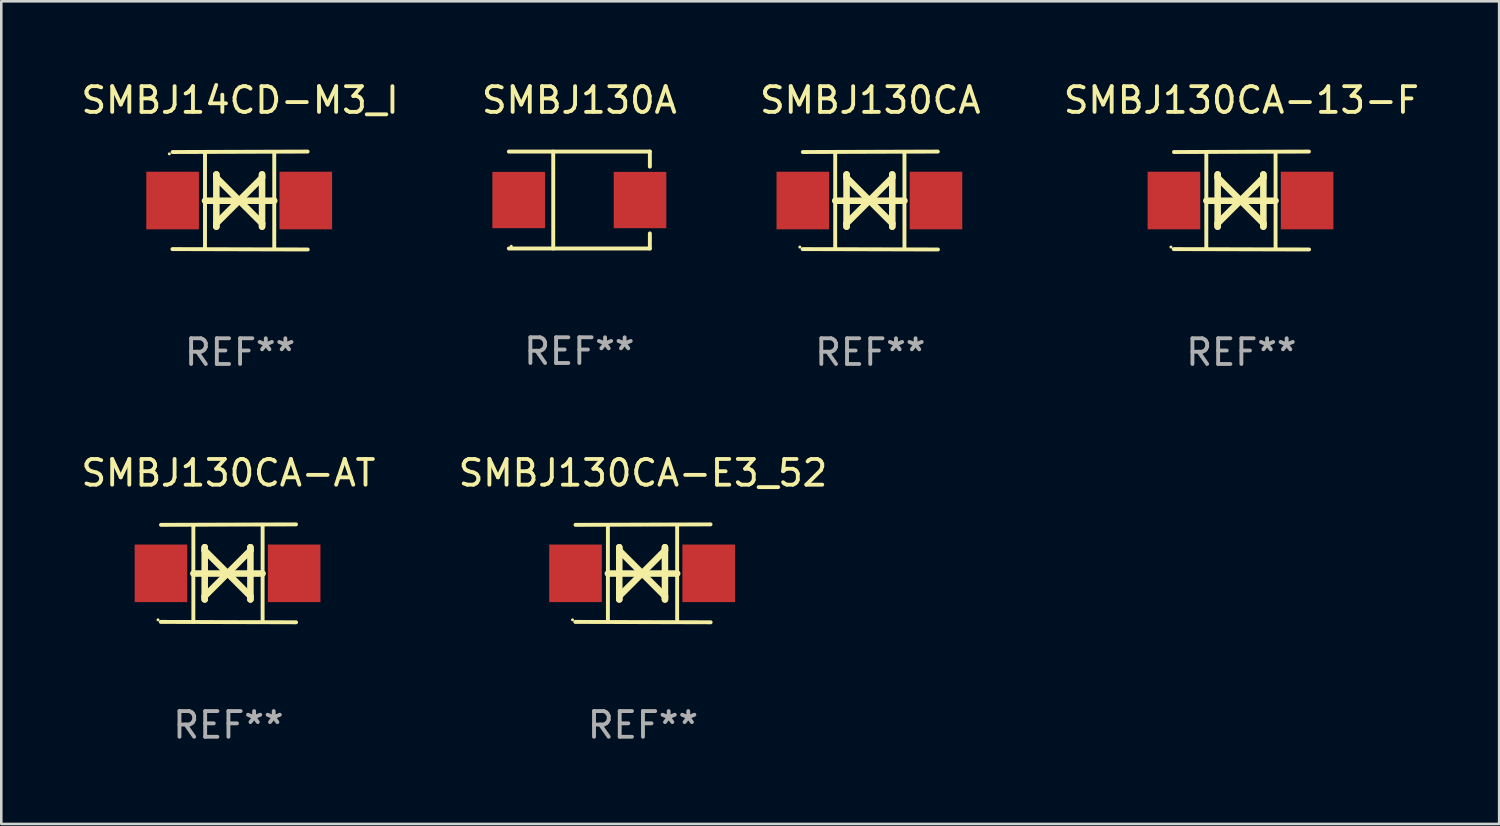
<source format=kicad_pcb>
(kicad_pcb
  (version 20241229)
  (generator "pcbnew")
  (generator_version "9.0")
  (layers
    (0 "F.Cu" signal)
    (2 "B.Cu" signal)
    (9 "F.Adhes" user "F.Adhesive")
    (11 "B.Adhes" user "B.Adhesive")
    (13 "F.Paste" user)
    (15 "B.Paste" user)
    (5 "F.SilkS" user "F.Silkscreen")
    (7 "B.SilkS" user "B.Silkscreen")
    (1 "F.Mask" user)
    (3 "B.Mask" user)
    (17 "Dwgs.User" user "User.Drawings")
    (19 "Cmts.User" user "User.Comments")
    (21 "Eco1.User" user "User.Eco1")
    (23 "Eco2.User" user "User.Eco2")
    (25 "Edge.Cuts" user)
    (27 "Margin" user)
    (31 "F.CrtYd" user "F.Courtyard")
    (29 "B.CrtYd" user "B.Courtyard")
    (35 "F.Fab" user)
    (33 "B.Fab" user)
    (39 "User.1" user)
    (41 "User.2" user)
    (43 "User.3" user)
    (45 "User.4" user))
  (footprint "SMBJ130CA"
    (layer "F.Cu")
    (at 30.815 4.753)
    (property "Reference" "SMBJ130CA" (at 0 -3.905 0) (layer "F.SilkS") (effects (font (size 1 1) (thickness 0.15))))
    (attr through_hole)
    (fp_line (start -1.365 1.886) (end -1.365 -1.886) (stroke (width 0.152) (type solid)) (layer "F.SilkS"))
    (fp_line (start -1.365 0.008) (end 1.33 0.008) (stroke (width 0.254) (type solid)) (layer "F.SilkS"))
    (fp_line (start -0.923 -1.016) (end -0.923 1.016) (stroke (width 0.254) (type solid)) (layer "F.SilkS"))
    (fp_line (start -0.923 -0.889) (end -0.923 -1.016) (stroke (width 0.254) (type solid)) (layer "F.SilkS"))
    (fp_line (start -0.923 0.889) (end -0.034 0) (stroke (width 0.254) (type solid)) (layer "F.SilkS"))
    (fp_line (start -0.923 1.016) (end -0.923 0.889) (stroke (width 0.254) (type solid)) (layer "F.SilkS"))
    (fp_line (start -0.034 0) (end -0.923 -0.889) (stroke (width 0.254) (type solid)) (layer "F.SilkS"))
    (fp_line (start -0.034 0) (end 0.855 0.889) (stroke (width 0.254) (type solid)) (layer "F.SilkS"))
    (fp_line (start 0.855 -1.016) (end 0.855 -0.889) (stroke (width 0.254) (type solid)) (layer "F.SilkS"))
    (fp_line (start 0.855 -0.889) (end -0.034 0) (stroke (width 0.254) (type solid)) (layer "F.SilkS"))
    (fp_line (start 0.855 0.889) (end 0.855 1.016) (stroke (width 0.254) (type solid)) (layer "F.SilkS"))
    (fp_line (start 0.855 1.016) (end 0.855 -1.016) (stroke (width 0.254) (type solid)) (layer "F.SilkS"))
    (fp_line (start 1.33 1.886) (end 1.33 -1.886) (stroke (width 0.152) (type solid)) (layer "F.SilkS"))
    (fp_line (start 2.629 -1.905) (end -2.625 -1.887) (stroke (width 0.152) (type solid)) (layer "F.SilkS"))
    (fp_line (start 2.633 1.905) (end -2.633 1.89) (stroke (width 0.152) (type solid)) (layer "F.SilkS"))
    (fp_circle (center -2.741 1.81) (end -2.711 1.81) (stroke (width 0.06) (type solid)) (fill no) (layer "F.SilkS"))
    (fp_text user "REF**" (at 0 5.905 0) (layer "F.Fab") (effects (font (size 1 1) (thickness 0.15))))
    (pad "1" smd rect (at -2.625 0) (size 2.047 2.241) (layers "F.Cu" "F.Mask" "F.Paste"))
    (pad "2" smd rect (at 2.557 0) (size 2.047 2.241) (layers "F.Cu" "F.Mask" "F.Paste")))
  (footprint "SMBJ130CA-E3_52"
    (layer "F.Cu")
    (at 21.97 19.26)
    (property "Reference" "SMBJ130CA-E3_52" (at 0 -3.905 0) (layer "F.SilkS") (effects (font (size 1 1) (thickness 0.15))))
    (attr through_hole)
    (fp_line (start -1.365 1.886) (end -1.365 -1.886) (stroke (width 0.152) (type solid)) (layer "F.SilkS"))
    (fp_line (start -1.365 0.008) (end 1.33 0.008) (stroke (width 0.254) (type solid)) (layer "F.SilkS"))
    (fp_line (start -0.923 -1.016) (end -0.923 1.016) (stroke (width 0.254) (type solid)) (layer "F.SilkS"))
    (fp_line (start -0.923 -0.889) (end -0.923 -1.016) (stroke (width 0.254) (type solid)) (layer "F.SilkS"))
    (fp_line (start -0.923 0.889) (end -0.034 0) (stroke (width 0.254) (type solid)) (layer "F.SilkS"))
    (fp_line (start -0.923 1.016) (end -0.923 0.889) (stroke (width 0.254) (type solid)) (layer "F.SilkS"))
    (fp_line (start -0.034 0) (end -0.923 -0.889) (stroke (width 0.254) (type solid)) (layer "F.SilkS"))
    (fp_line (start -0.034 0) (end 0.855 0.889) (stroke (width 0.254) (type solid)) (layer "F.SilkS"))
    (fp_line (start 0.855 -1.016) (end 0.855 -0.889) (stroke (width 0.254) (type solid)) (layer "F.SilkS"))
    (fp_line (start 0.855 -0.889) (end -0.034 0) (stroke (width 0.254) (type solid)) (layer "F.SilkS"))
    (fp_line (start 0.855 0.889) (end 0.855 1.016) (stroke (width 0.254) (type solid)) (layer "F.SilkS"))
    (fp_line (start 0.855 1.016) (end 0.855 -1.016) (stroke (width 0.254) (type solid)) (layer "F.SilkS"))
    (fp_line (start 1.33 1.886) (end 1.33 -1.886) (stroke (width 0.152) (type solid)) (layer "F.SilkS"))
    (fp_line (start 2.629 -1.905) (end -2.625 -1.887) (stroke (width 0.152) (type solid)) (layer "F.SilkS"))
    (fp_line (start 2.633 1.905) (end -2.633 1.89) (stroke (width 0.152) (type solid)) (layer "F.SilkS"))
    (fp_circle (center -2.741 1.81) (end -2.711 1.81) (stroke (width 0.06) (type solid)) (fill no) (layer "F.SilkS"))
    (fp_text user "REF**" (at 0 5.905 0) (layer "F.Fab") (effects (font (size 1 1) (thickness 0.15))))
    (pad "1" smd rect (at -2.625 0) (size 2.047 2.241) (layers "F.Cu" "F.Mask" "F.Paste"))
    (pad "2" smd rect (at 2.557 0) (size 2.047 2.241) (layers "F.Cu" "F.Mask" "F.Paste")))
  (footprint "SMBJ130CA-13-F"
    (layer "F.Cu")
    (at 45.256 4.753)
    (property "Reference" "SMBJ130CA-13-F" (at 0 -3.905 0) (layer "F.SilkS") (effects (font (size 1 1) (thickness 0.15))))
    (attr through_hole)
    (fp_line (start -1.365 1.886) (end -1.365 -1.886) (stroke (width 0.152) (type solid)) (layer "F.SilkS"))
    (fp_line (start -1.365 0.008) (end 1.33 0.008) (stroke (width 0.254) (type solid)) (layer "F.SilkS"))
    (fp_line (start -0.923 -1.016) (end -0.923 1.016) (stroke (width 0.254) (type solid)) (layer "F.SilkS"))
    (fp_line (start -0.923 -0.889) (end -0.923 -1.016) (stroke (width 0.254) (type solid)) (layer "F.SilkS"))
    (fp_line (start -0.923 0.889) (end -0.034 0) (stroke (width 0.254) (type solid)) (layer "F.SilkS"))
    (fp_line (start -0.923 1.016) (end -0.923 0.889) (stroke (width 0.254) (type solid)) (layer "F.SilkS"))
    (fp_line (start -0.034 0) (end -0.923 -0.889) (stroke (width 0.254) (type solid)) (layer "F.SilkS"))
    (fp_line (start -0.034 0) (end 0.855 0.889) (stroke (width 0.254) (type solid)) (layer "F.SilkS"))
    (fp_line (start 0.855 -1.016) (end 0.855 -0.889) (stroke (width 0.254) (type solid)) (layer "F.SilkS"))
    (fp_line (start 0.855 -0.889) (end -0.034 0) (stroke (width 0.254) (type solid)) (layer "F.SilkS"))
    (fp_line (start 0.855 0.889) (end 0.855 1.016) (stroke (width 0.254) (type solid)) (layer "F.SilkS"))
    (fp_line (start 0.855 1.016) (end 0.855 -1.016) (stroke (width 0.254) (type solid)) (layer "F.SilkS"))
    (fp_line (start 1.33 1.886) (end 1.33 -1.886) (stroke (width 0.152) (type solid)) (layer "F.SilkS"))
    (fp_line (start 2.629 -1.905) (end -2.625 -1.887) (stroke (width 0.152) (type solid)) (layer "F.SilkS"))
    (fp_line (start 2.633 1.905) (end -2.633 1.89) (stroke (width 0.152) (type solid)) (layer "F.SilkS"))
    (fp_circle (center -2.741 1.81) (end -2.711 1.81) (stroke (width 0.06) (type solid)) (fill no) (layer "F.SilkS"))
    (fp_text user "REF**" (at 0 5.905 0) (layer "F.Fab") (effects (font (size 1 1) (thickness 0.15))))
    (pad "1" smd rect (at -2.625 0) (size 2.047 2.241) (layers "F.Cu" "F.Mask" "F.Paste"))
    (pad "2" smd rect (at 2.557 0) (size 2.047 2.241) (layers "F.Cu" "F.Mask" "F.Paste")))
  (footprint "SMBJ130A"
    (layer "F.Cu")
    (at 19.494 4.734)
    (property "Reference" "SMBJ130A" (at 0 -3.886 0) (layer "F.SilkS") (effects (font (size 1 1) (thickness 0.15))))
    (attr through_hole)
    (fp_line (start -2.744 -1.886) (end 2.744 -1.886) (stroke (width 0.152) (type solid)) (layer "F.SilkS"))
    (fp_line (start -2.744 1.886) (end 2.744 1.886) (stroke (width 0.152) (type solid)) (layer "F.SilkS"))
    (fp_line (start -1.016 -1.886) (end -1.016 1.886) (stroke (width 0.152) (type solid)) (layer "F.SilkS"))
    (fp_line (start 2.744 -1.886) (end 2.744 -1.299) (stroke (width 0.152) (type solid)) (layer "F.SilkS"))
    (fp_line (start 2.744 1.886) (end 2.744 1.299) (stroke (width 0.152) (type solid)) (layer "F.SilkS"))
    (fp_circle (center -2.65 1.8) (end -2.62 1.8) (stroke (width 0.06) (type solid)) (fill no) (layer "F.SilkS"))
    (fp_text user "REF**" (at 0 5.886 0) (layer "F.Fab") (effects (font (size 1 1) (thickness 0.15))))
    (pad "1" smd rect (at -2.361 0) (size 2.047 2.192) (layers "F.Cu" "F.Mask" "F.Paste"))
    (pad "2" smd rect (at 2.361 0) (size 2.047 2.192) (layers "F.Cu" "F.Mask" "F.Paste")))
  (footprint "SMBJ14CD-M3_I"
    (layer "F.Cu")
    (at 6.292 4.753)
    (property "Reference" "SMBJ14CD-M3_I" (at 0 -3.905 0) (layer "F.SilkS") (effects (font (size 1 1) (thickness 0.15))))
    (attr through_hole)
    (fp_line (start -1.365 1.886) (end -1.365 -1.886) (stroke (width 0.152) (type solid)) (layer "F.SilkS"))
    (fp_line (start -1.365 0.008) (end 1.33 0.008) (stroke (width 0.254) (type solid)) (layer "F.SilkS"))
    (fp_line (start -0.923 -1.016) (end -0.923 1.016) (stroke (width 0.254) (type solid)) (layer "F.SilkS"))
    (fp_line (start -0.923 -0.889) (end -0.923 -1.016) (stroke (width 0.254) (type solid)) (layer "F.SilkS"))
    (fp_line (start -0.923 0.889) (end -0.034 0) (stroke (width 0.254) (type solid)) (layer "F.SilkS"))
    (fp_line (start -0.923 1.016) (end -0.923 0.889) (stroke (width 0.254) (type solid)) (layer "F.SilkS"))
    (fp_line (start -0.034 0) (end -0.923 -0.889) (stroke (width 0.254) (type solid)) (layer "F.SilkS"))
    (fp_line (start -0.034 0) (end 0.855 0.889) (stroke (width 0.254) (type solid)) (layer "F.SilkS"))
    (fp_line (start 0.855 -1.016) (end 0.855 -0.889) (stroke (width 0.254) (type solid)) (layer "F.SilkS"))
    (fp_line (start 0.855 -0.889) (end -0.034 0) (stroke (width 0.254) (type solid)) (layer "F.SilkS"))
    (fp_line (start 0.855 0.889) (end 0.855 1.016) (stroke (width 0.254) (type solid)) (layer "F.SilkS"))
    (fp_line (start 0.855 1.016) (end 0.855 -1.016) (stroke (width 0.254) (type solid)) (layer "F.SilkS"))
    (fp_line (start 1.33 1.886) (end 1.33 -1.886) (stroke (width 0.152) (type solid)) (layer "F.SilkS"))
    (fp_line (start 2.629 -1.905) (end -2.625 -1.887) (stroke (width 0.152) (type solid)) (layer "F.SilkS"))
    (fp_line (start 2.633 1.905) (end -2.633 1.89) (stroke (width 0.152) (type solid)) (layer "F.SilkS"))
    (fp_circle (center -2.753 -1.816) (end -2.723 -1.816) (stroke (width 0.06) (type solid)) (fill no) (layer "F.SilkS"))
    (fp_text user "REF**" (at 0 5.905 0) (layer "F.Fab") (effects (font (size 1 1) (thickness 0.15))))
    (pad "1" smd rect (at -2.625 0) (size 2.047 2.241) (layers "F.Cu" "F.Mask" "F.Paste"))
    (pad "2" smd rect (at 2.557 0) (size 2.047 2.241) (layers "F.Cu" "F.Mask" "F.Paste")))
  (footprint "SMBJ130CA-AT"
    (layer "F.Cu")
    (at 5.839 19.26)
    (property "Reference" "SMBJ130CA-AT" (at 0 -3.905 0) (layer "F.SilkS") (effects (font (size 1 1) (thickness 0.15))))
    (attr through_hole)
    (fp_line (start -1.365 1.886) (end -1.365 -1.886) (stroke (width 0.152) (type solid)) (layer "F.SilkS"))
    (fp_line (start -1.365 0.008) (end 1.33 0.008) (stroke (width 0.254) (type solid)) (layer "F.SilkS"))
    (fp_line (start -0.923 -1.016) (end -0.923 1.016) (stroke (width 0.254) (type solid)) (layer "F.SilkS"))
    (fp_line (start -0.923 -0.889) (end -0.923 -1.016) (stroke (width 0.254) (type solid)) (layer "F.SilkS"))
    (fp_line (start -0.923 0.889) (end -0.034 0) (stroke (width 0.254) (type solid)) (layer "F.SilkS"))
    (fp_line (start -0.923 1.016) (end -0.923 0.889) (stroke (width 0.254) (type solid)) (layer "F.SilkS"))
    (fp_line (start -0.034 0) (end -0.923 -0.889) (stroke (width 0.254) (type solid)) (layer "F.SilkS"))
    (fp_line (start -0.034 0) (end 0.855 0.889) (stroke (width 0.254) (type solid)) (layer "F.SilkS"))
    (fp_line (start 0.855 -1.016) (end 0.855 -0.889) (stroke (width 0.254) (type solid)) (layer "F.SilkS"))
    (fp_line (start 0.855 -0.889) (end -0.034 0) (stroke (width 0.254) (type solid)) (layer "F.SilkS"))
    (fp_line (start 0.855 0.889) (end 0.855 1.016) (stroke (width 0.254) (type solid)) (layer "F.SilkS"))
    (fp_line (start 0.855 1.016) (end 0.855 -1.016) (stroke (width 0.254) (type solid)) (layer "F.SilkS"))
    (fp_line (start 1.33 1.886) (end 1.33 -1.886) (stroke (width 0.152) (type solid)) (layer "F.SilkS"))
    (fp_line (start 2.629 -1.905) (end -2.625 -1.887) (stroke (width 0.152) (type solid)) (layer "F.SilkS"))
    (fp_line (start 2.633 1.905) (end -2.633 1.89) (stroke (width 0.152) (type solid)) (layer "F.SilkS"))
    (fp_circle (center -2.741 1.81) (end -2.711 1.81) (stroke (width 0.06) (type solid)) (fill no) (layer "F.SilkS"))
    (fp_text user "REF**" (at 0 5.905 0) (layer "F.Fab") (effects (font (size 1 1) (thickness 0.15))))
    (pad "1" smd rect (at -2.625 0) (size 2.047 2.241) (layers "F.Cu" "F.Mask" "F.Paste"))
    (pad "2" smd rect (at 2.557 0) (size 2.047 2.241) (layers "F.Cu" "F.Mask" "F.Paste")))
  (gr_rect
    (start -3 -3)
    (end 55.286 29.013)
    (stroke (width 0.1) (type default))
    (fill no)
    (layer "Edge.Cuts")))
</source>
